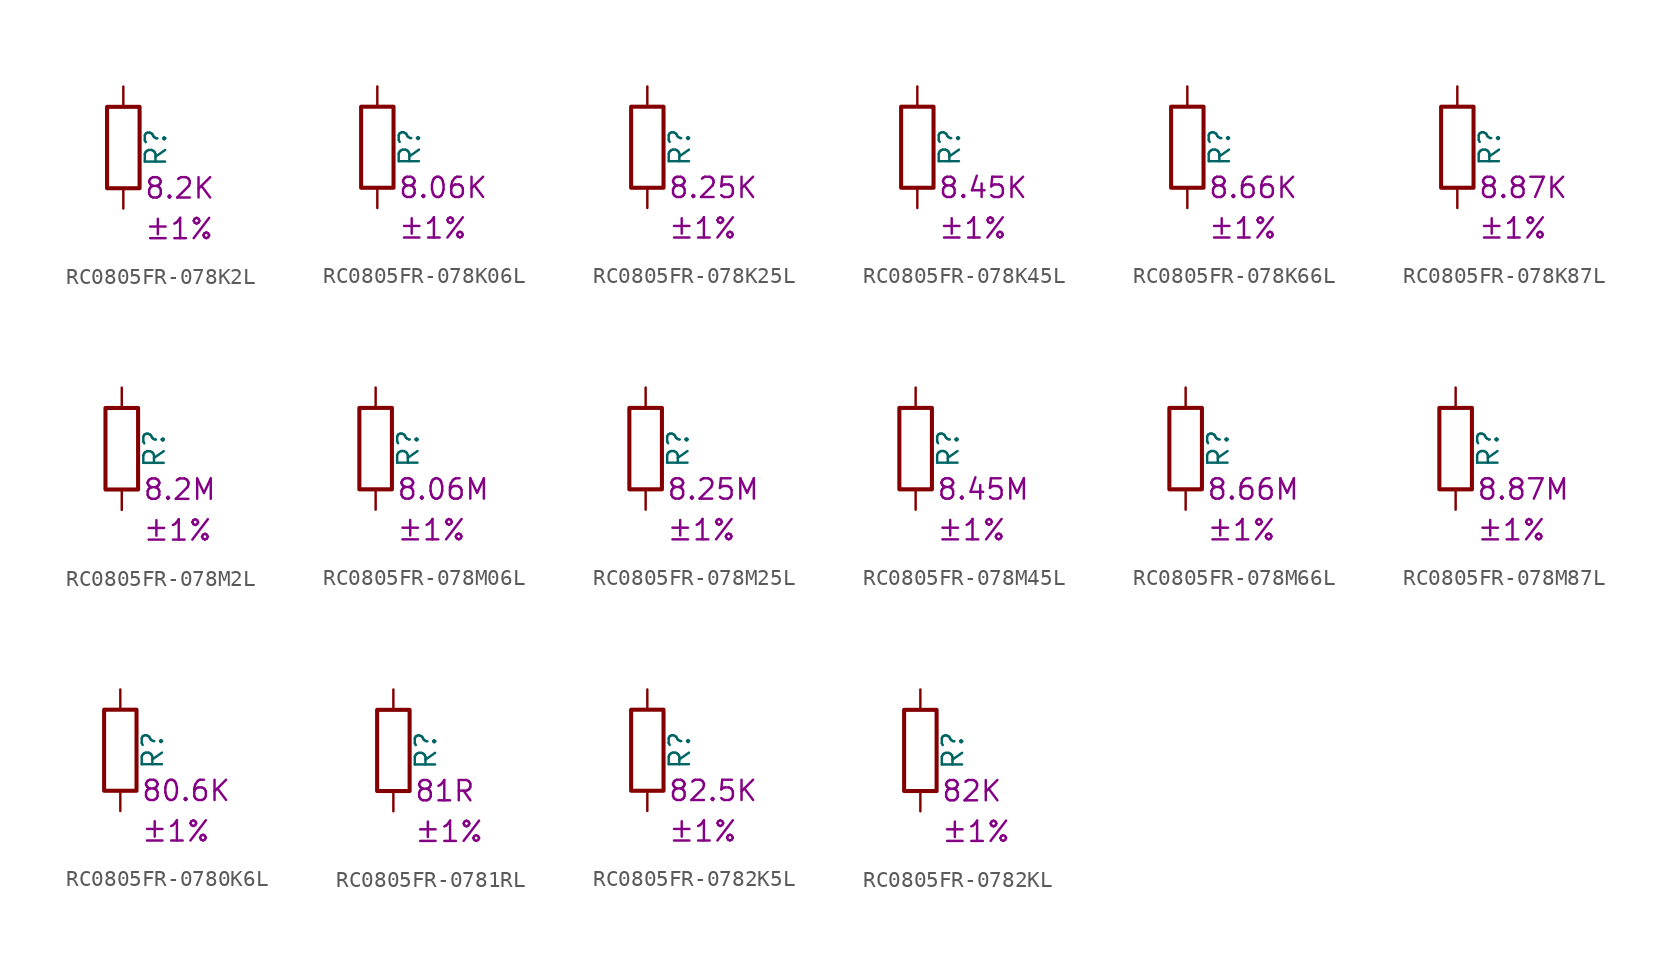
<source format=kicad_sym>
(kicad_symbol_lib
  (version 20220914)
  (generator kicad_symbol_editor)
  (symbol "RC0805FR-078K2L"
    (pin_numbers hide)
    (pin_names
      (offset 0))
    (property "Reference" "R"
      (at 2.032 0 90)
      (effects (font (size 1.27 1.27))))
    (property "Resistance" "8.2K"
      (at 1.27 -2.54 0)
      (effects (font (size 1.27 1.27)) (justify left)))
    (property "Tolerance" "±1%"
      (at 1.27 -5.08 0)
      (effects (font (size 1.27 1.27)) (justify left)))
    (symbol "RC0805FR-078K2L_0_1"
      (rectangle (start -1.016 -2.54) (end 1.016 2.54) (stroke (width 0.254) (type default)) (fill (type none))))
    (symbol "RC0805FR-078K2L_1_1"
      (pin passive line (at 0 3.81 270) (length 1.27) (name "~" (effects (font (size 1.27 1.27)))) (number "1" (effects (font (size 1.27 1.27)))))
      (pin passive line (at 0 -3.81 90) (length 1.27) (name "~" (effects (font (size 1.27 1.27)))) (number "2" (effects (font (size 1.27 1.27)))))))
  (symbol "RC0805FR-078K06L"
    (pin_numbers hide)
    (pin_names
      (offset 0))
    (property "Reference" "R"
      (at 2.032 0 90)
      (effects (font (size 1.27 1.27))))
    (property "Resistance" "8.06K"
      (at 1.27 -2.54 0)
      (effects (font (size 1.27 1.27)) (justify left)))
    (property "Tolerance" "±1%"
      (at 1.27 -5.08 0)
      (effects (font (size 1.27 1.27)) (justify left)))
    (symbol "RC0805FR-078K06L_0_1"
      (rectangle (start -1.016 -2.54) (end 1.016 2.54) (stroke (width 0.254) (type default)) (fill (type none))))
    (symbol "RC0805FR-078K06L_1_1"
      (pin passive line (at 0 3.81 270) (length 1.27) (name "~" (effects (font (size 1.27 1.27)))) (number "1" (effects (font (size 1.27 1.27)))))
      (pin passive line (at 0 -3.81 90) (length 1.27) (name "~" (effects (font (size 1.27 1.27)))) (number "2" (effects (font (size 1.27 1.27)))))))
  (symbol "RC0805FR-078K25L"
    (pin_numbers hide)
    (pin_names
      (offset 0))
    (property "Reference" "R"
      (at 2.032 0 90)
      (effects (font (size 1.27 1.27))))
    (property "Resistance" "8.25K"
      (at 1.27 -2.54 0)
      (effects (font (size 1.27 1.27)) (justify left)))
    (property "Tolerance" "±1%"
      (at 1.27 -5.08 0)
      (effects (font (size 1.27 1.27)) (justify left)))
    (symbol "RC0805FR-078K25L_0_1"
      (rectangle (start -1.016 -2.54) (end 1.016 2.54) (stroke (width 0.254) (type default)) (fill (type none))))
    (symbol "RC0805FR-078K25L_1_1"
      (pin passive line (at 0 3.81 270) (length 1.27) (name "~" (effects (font (size 1.27 1.27)))) (number "1" (effects (font (size 1.27 1.27)))))
      (pin passive line (at 0 -3.81 90) (length 1.27) (name "~" (effects (font (size 1.27 1.27)))) (number "2" (effects (font (size 1.27 1.27)))))))
  (symbol "RC0805FR-078K45L"
    (pin_numbers hide)
    (pin_names
      (offset 0))
    (property "Reference" "R"
      (at 2.032 0 90)
      (effects (font (size 1.27 1.27))))
    (property "Resistance" "8.45K"
      (at 1.27 -2.54 0)
      (effects (font (size 1.27 1.27)) (justify left)))
    (property "Tolerance" "±1%"
      (at 1.27 -5.08 0)
      (effects (font (size 1.27 1.27)) (justify left)))
    (symbol "RC0805FR-078K45L_0_1"
      (rectangle (start -1.016 -2.54) (end 1.016 2.54) (stroke (width 0.254) (type default)) (fill (type none))))
    (symbol "RC0805FR-078K45L_1_1"
      (pin passive line (at 0 3.81 270) (length 1.27) (name "~" (effects (font (size 1.27 1.27)))) (number "1" (effects (font (size 1.27 1.27)))))
      (pin passive line (at 0 -3.81 90) (length 1.27) (name "~" (effects (font (size 1.27 1.27)))) (number "2" (effects (font (size 1.27 1.27)))))))
  (symbol "RC0805FR-078K66L"
    (pin_numbers hide)
    (pin_names
      (offset 0))
    (property "Reference" "R"
      (at 2.032 0 90)
      (effects (font (size 1.27 1.27))))
    (property "Resistance" "8.66K"
      (at 1.27 -2.54 0)
      (effects (font (size 1.27 1.27)) (justify left)))
    (property "Tolerance" "±1%"
      (at 1.27 -5.08 0)
      (effects (font (size 1.27 1.27)) (justify left)))
    (symbol "RC0805FR-078K66L_0_1"
      (rectangle (start -1.016 -2.54) (end 1.016 2.54) (stroke (width 0.254) (type default)) (fill (type none))))
    (symbol "RC0805FR-078K66L_1_1"
      (pin passive line (at 0 3.81 270) (length 1.27) (name "~" (effects (font (size 1.27 1.27)))) (number "1" (effects (font (size 1.27 1.27)))))
      (pin passive line (at 0 -3.81 90) (length 1.27) (name "~" (effects (font (size 1.27 1.27)))) (number "2" (effects (font (size 1.27 1.27)))))))
  (symbol "RC0805FR-078K87L"
    (pin_numbers hide)
    (pin_names
      (offset 0))
    (property "Reference" "R"
      (at 2.032 0 90)
      (effects (font (size 1.27 1.27))))
    (property "Resistance" "8.87K"
      (at 1.27 -2.54 0)
      (effects (font (size 1.27 1.27)) (justify left)))
    (property "Tolerance" "±1%"
      (at 1.27 -5.08 0)
      (effects (font (size 1.27 1.27)) (justify left)))
    (symbol "RC0805FR-078K87L_0_1"
      (rectangle (start -1.016 -2.54) (end 1.016 2.54) (stroke (width 0.254) (type default)) (fill (type none))))
    (symbol "RC0805FR-078K87L_1_1"
      (pin passive line (at 0 3.81 270) (length 1.27) (name "~" (effects (font (size 1.27 1.27)))) (number "1" (effects (font (size 1.27 1.27)))))
      (pin passive line (at 0 -3.81 90) (length 1.27) (name "~" (effects (font (size 1.27 1.27)))) (number "2" (effects (font (size 1.27 1.27)))))))
  (symbol "RC0805FR-078M2L"
    (pin_numbers hide)
    (pin_names
      (offset 0))
    (property "Reference" "R"
      (at 2.032 0 90)
      (effects (font (size 1.27 1.27))))
    (property "Resistance" "8.2M"
      (at 1.27 -2.54 0)
      (effects (font (size 1.27 1.27)) (justify left)))
    (property "Tolerance" "±1%"
      (at 1.27 -5.08 0)
      (effects (font (size 1.27 1.27)) (justify left)))
    (symbol "RC0805FR-078M2L_0_1"
      (rectangle (start -1.016 -2.54) (end 1.016 2.54) (stroke (width 0.254) (type default)) (fill (type none))))
    (symbol "RC0805FR-078M2L_1_1"
      (pin passive line (at 0 3.81 270) (length 1.27) (name "~" (effects (font (size 1.27 1.27)))) (number "1" (effects (font (size 1.27 1.27)))))
      (pin passive line (at 0 -3.81 90) (length 1.27) (name "~" (effects (font (size 1.27 1.27)))) (number "2" (effects (font (size 1.27 1.27)))))))
  (symbol "RC0805FR-078M06L"
    (pin_numbers hide)
    (pin_names
      (offset 0))
    (property "Reference" "R"
      (at 2.032 0 90)
      (effects (font (size 1.27 1.27))))
    (property "Resistance" "8.06M"
      (at 1.27 -2.54 0)
      (effects (font (size 1.27 1.27)) (justify left)))
    (property "Tolerance" "±1%"
      (at 1.27 -5.08 0)
      (effects (font (size 1.27 1.27)) (justify left)))
    (symbol "RC0805FR-078M06L_0_1"
      (rectangle (start -1.016 -2.54) (end 1.016 2.54) (stroke (width 0.254) (type default)) (fill (type none))))
    (symbol "RC0805FR-078M06L_1_1"
      (pin passive line (at 0 3.81 270) (length 1.27) (name "~" (effects (font (size 1.27 1.27)))) (number "1" (effects (font (size 1.27 1.27)))))
      (pin passive line (at 0 -3.81 90) (length 1.27) (name "~" (effects (font (size 1.27 1.27)))) (number "2" (effects (font (size 1.27 1.27)))))))
  (symbol "RC0805FR-078M25L"
    (pin_numbers hide)
    (pin_names
      (offset 0))
    (property "Reference" "R"
      (at 2.032 0 90)
      (effects (font (size 1.27 1.27))))
    (property "Resistance" "8.25M"
      (at 1.27 -2.54 0)
      (effects (font (size 1.27 1.27)) (justify left)))
    (property "Tolerance" "±1%"
      (at 1.27 -5.08 0)
      (effects (font (size 1.27 1.27)) (justify left)))
    (symbol "RC0805FR-078M25L_0_1"
      (rectangle (start -1.016 -2.54) (end 1.016 2.54) (stroke (width 0.254) (type default)) (fill (type none))))
    (symbol "RC0805FR-078M25L_1_1"
      (pin passive line (at 0 3.81 270) (length 1.27) (name "~" (effects (font (size 1.27 1.27)))) (number "1" (effects (font (size 1.27 1.27)))))
      (pin passive line (at 0 -3.81 90) (length 1.27) (name "~" (effects (font (size 1.27 1.27)))) (number "2" (effects (font (size 1.27 1.27)))))))
  (symbol "RC0805FR-078M45L"
    (pin_numbers hide)
    (pin_names
      (offset 0))
    (property "Reference" "R"
      (at 2.032 0 90)
      (effects (font (size 1.27 1.27))))
    (property "Resistance" "8.45M"
      (at 1.27 -2.54 0)
      (effects (font (size 1.27 1.27)) (justify left)))
    (property "Tolerance" "±1%"
      (at 1.27 -5.08 0)
      (effects (font (size 1.27 1.27)) (justify left)))
    (symbol "RC0805FR-078M45L_0_1"
      (rectangle (start -1.016 -2.54) (end 1.016 2.54) (stroke (width 0.254) (type default)) (fill (type none))))
    (symbol "RC0805FR-078M45L_1_1"
      (pin passive line (at 0 3.81 270) (length 1.27) (name "~" (effects (font (size 1.27 1.27)))) (number "1" (effects (font (size 1.27 1.27)))))
      (pin passive line (at 0 -3.81 90) (length 1.27) (name "~" (effects (font (size 1.27 1.27)))) (number "2" (effects (font (size 1.27 1.27)))))))
  (symbol "RC0805FR-078M66L"
    (pin_numbers hide)
    (pin_names
      (offset 0))
    (property "Reference" "R"
      (at 2.032 0 90)
      (effects (font (size 1.27 1.27))))
    (property "Resistance" "8.66M"
      (at 1.27 -2.54 0)
      (effects (font (size 1.27 1.27)) (justify left)))
    (property "Tolerance" "±1%"
      (at 1.27 -5.08 0)
      (effects (font (size 1.27 1.27)) (justify left)))
    (symbol "RC0805FR-078M66L_0_1"
      (rectangle (start -1.016 -2.54) (end 1.016 2.54) (stroke (width 0.254) (type default)) (fill (type none))))
    (symbol "RC0805FR-078M66L_1_1"
      (pin passive line (at 0 3.81 270) (length 1.27) (name "~" (effects (font (size 1.27 1.27)))) (number "1" (effects (font (size 1.27 1.27)))))
      (pin passive line (at 0 -3.81 90) (length 1.27) (name "~" (effects (font (size 1.27 1.27)))) (number "2" (effects (font (size 1.27 1.27)))))))
  (symbol "RC0805FR-078M87L"
    (pin_numbers hide)
    (pin_names
      (offset 0))
    (property "Reference" "R"
      (at 2.032 0 90)
      (effects (font (size 1.27 1.27))))
    (property "Resistance" "8.87M"
      (at 1.27 -2.54 0)
      (effects (font (size 1.27 1.27)) (justify left)))
    (property "Tolerance" "±1%"
      (at 1.27 -5.08 0)
      (effects (font (size 1.27 1.27)) (justify left)))
    (symbol "RC0805FR-078M87L_0_1"
      (rectangle (start -1.016 -2.54) (end 1.016 2.54) (stroke (width 0.254) (type default)) (fill (type none))))
    (symbol "RC0805FR-078M87L_1_1"
      (pin passive line (at 0 3.81 270) (length 1.27) (name "~" (effects (font (size 1.27 1.27)))) (number "1" (effects (font (size 1.27 1.27)))))
      (pin passive line (at 0 -3.81 90) (length 1.27) (name "~" (effects (font (size 1.27 1.27)))) (number "2" (effects (font (size 1.27 1.27)))))))
  (symbol "RC0805FR-0780K6L"
    (pin_numbers hide)
    (pin_names
      (offset 0))
    (property "Reference" "R"
      (at 2.032 0 90)
      (effects (font (size 1.27 1.27))))
    (property "Resistance" "80.6K"
      (at 1.27 -2.54 0)
      (effects (font (size 1.27 1.27)) (justify left)))
    (property "Tolerance" "±1%"
      (at 1.27 -5.08 0)
      (effects (font (size 1.27 1.27)) (justify left)))
    (symbol "RC0805FR-0780K6L_0_1"
      (rectangle (start -1.016 -2.54) (end 1.016 2.54) (stroke (width 0.254) (type default)) (fill (type none))))
    (symbol "RC0805FR-0780K6L_1_1"
      (pin passive line (at 0 3.81 270) (length 1.27) (name "~" (effects (font (size 1.27 1.27)))) (number "1" (effects (font (size 1.27 1.27)))))
      (pin passive line (at 0 -3.81 90) (length 1.27) (name "~" (effects (font (size 1.27 1.27)))) (number "2" (effects (font (size 1.27 1.27)))))))
  (symbol "RC0805FR-0781RL"
    (pin_numbers hide)
    (pin_names
      (offset 0))
    (property "Reference" "R"
      (at 2.032 0 90)
      (effects (font (size 1.27 1.27))))
    (property "Resistance" "81R"
      (at 1.27 -2.54 0)
      (effects (font (size 1.27 1.27)) (justify left)))
    (property "Tolerance" "±1%"
      (at 1.27 -5.08 0)
      (effects (font (size 1.27 1.27)) (justify left)))
    (symbol "RC0805FR-0781RL_0_1"
      (rectangle (start -1.016 -2.54) (end 1.016 2.54) (stroke (width 0.254) (type default)) (fill (type none))))
    (symbol "RC0805FR-0781RL_1_1"
      (pin passive line (at 0 3.81 270) (length 1.27) (name "~" (effects (font (size 1.27 1.27)))) (number "1" (effects (font (size 1.27 1.27)))))
      (pin passive line (at 0 -3.81 90) (length 1.27) (name "~" (effects (font (size 1.27 1.27)))) (number "2" (effects (font (size 1.27 1.27)))))))
  (symbol "RC0805FR-0782K5L"
    (pin_numbers hide)
    (pin_names
      (offset 0))
    (property "Reference" "R"
      (at 2.032 0 90)
      (effects (font (size 1.27 1.27))))
    (property "Resistance" "82.5K"
      (at 1.27 -2.54 0)
      (effects (font (size 1.27 1.27)) (justify left)))
    (property "Tolerance" "±1%"
      (at 1.27 -5.08 0)
      (effects (font (size 1.27 1.27)) (justify left)))
    (symbol "RC0805FR-0782K5L_0_1"
      (rectangle (start -1.016 -2.54) (end 1.016 2.54) (stroke (width 0.254) (type default)) (fill (type none))))
    (symbol "RC0805FR-0782K5L_1_1"
      (pin passive line (at 0 3.81 270) (length 1.27) (name "~" (effects (font (size 1.27 1.27)))) (number "1" (effects (font (size 1.27 1.27)))))
      (pin passive line (at 0 -3.81 90) (length 1.27) (name "~" (effects (font (size 1.27 1.27)))) (number "2" (effects (font (size 1.27 1.27)))))))
  (symbol "RC0805FR-0782KL"
    (pin_numbers hide)
    (pin_names
      (offset 0))
    (property "Reference" "R"
      (at 2.032 0 90)
      (effects (font (size 1.27 1.27))))
    (property "Resistance" "82K"
      (at 1.27 -2.54 0)
      (effects (font (size 1.27 1.27)) (justify left)))
    (property "Tolerance" "±1%"
      (at 1.27 -5.08 0)
      (effects (font (size 1.27 1.27)) (justify left)))
    (symbol "RC0805FR-0782KL_0_1"
      (rectangle (start -1.016 -2.54) (end 1.016 2.54) (stroke (width 0.254) (type default)) (fill (type none))))
    (symbol "RC0805FR-0782KL_1_1"
      (pin passive line (at 0 3.81 270) (length 1.27) (name "~" (effects (font (size 1.27 1.27)))) (number "1" (effects (font (size 1.27 1.27)))))
      (pin passive line (at 0 -3.81 90) (length 1.27) (name "~" (effects (font (size 1.27 1.27)))) (number "2" (effects (font (size 1.27 1.27))))))))
</source>
